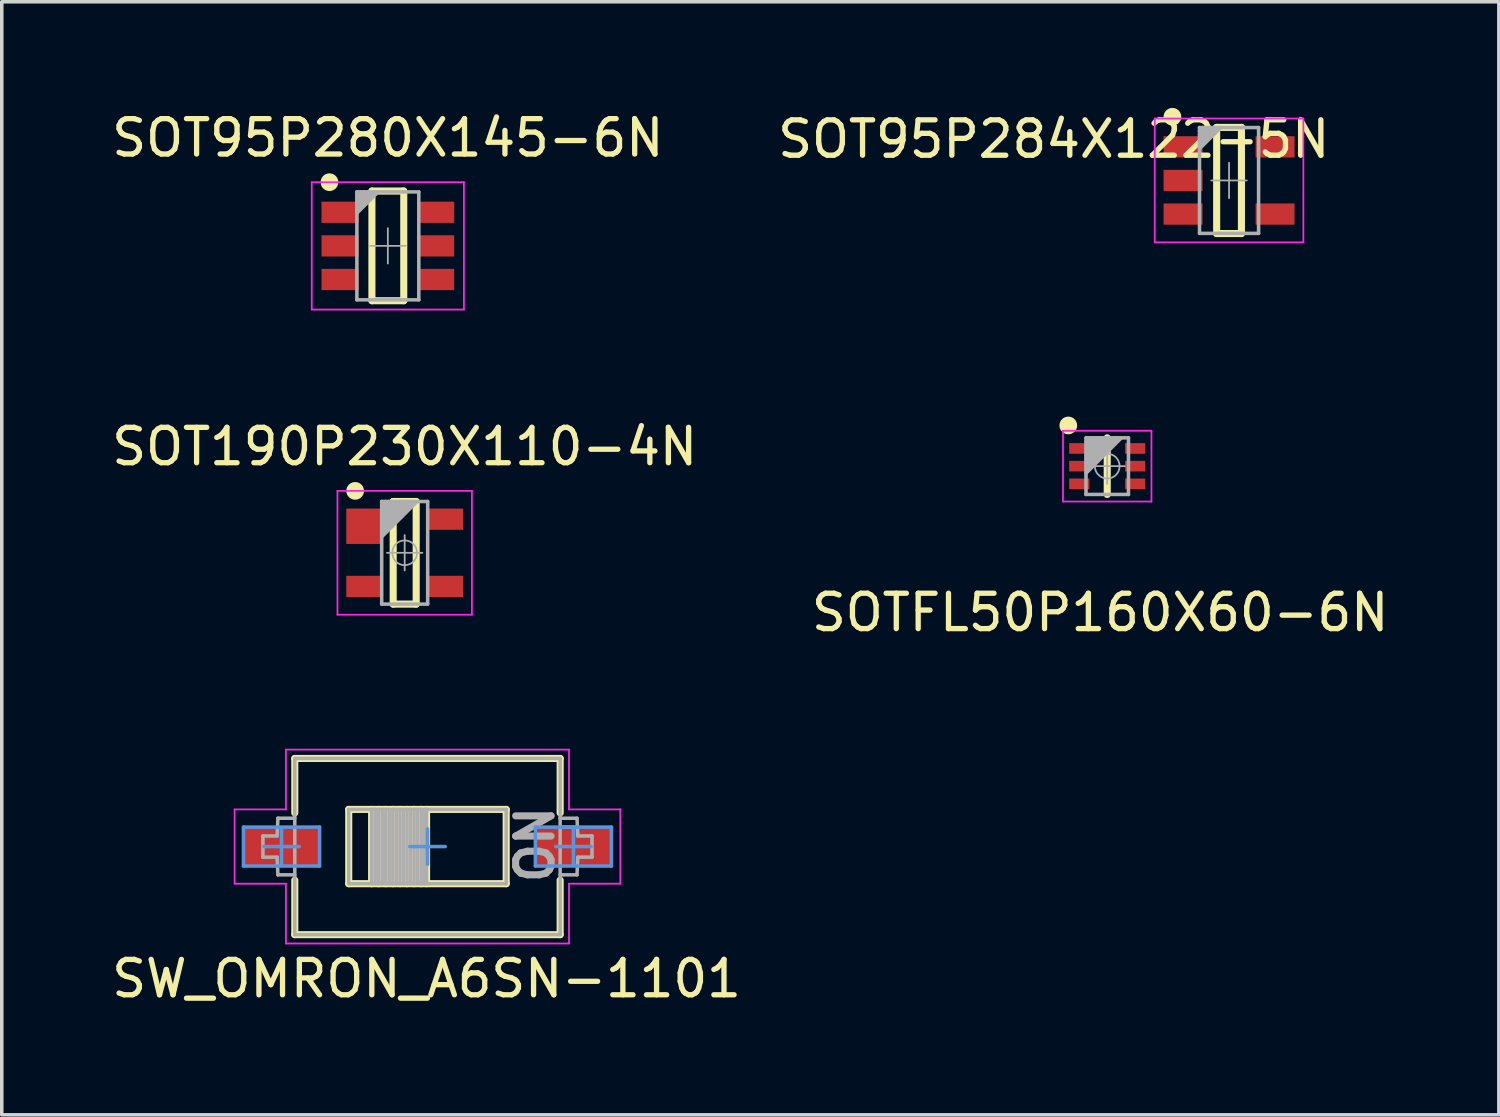
<source format=kicad_pcb>
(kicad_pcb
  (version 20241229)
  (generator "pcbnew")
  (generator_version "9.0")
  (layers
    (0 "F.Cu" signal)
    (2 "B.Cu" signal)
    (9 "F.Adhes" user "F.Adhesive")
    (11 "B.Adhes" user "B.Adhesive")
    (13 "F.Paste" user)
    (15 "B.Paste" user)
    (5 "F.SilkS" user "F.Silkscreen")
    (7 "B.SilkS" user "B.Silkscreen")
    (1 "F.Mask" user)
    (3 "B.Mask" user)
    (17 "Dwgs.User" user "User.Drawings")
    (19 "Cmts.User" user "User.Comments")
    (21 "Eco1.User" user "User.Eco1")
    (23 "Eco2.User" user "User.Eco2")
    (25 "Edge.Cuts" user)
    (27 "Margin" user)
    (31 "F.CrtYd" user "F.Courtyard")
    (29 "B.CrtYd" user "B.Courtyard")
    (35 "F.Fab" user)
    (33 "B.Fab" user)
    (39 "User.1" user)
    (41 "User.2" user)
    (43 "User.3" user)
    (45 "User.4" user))
  (footprint "SW_OMRON_A6SN-1101"
    (layer "F.Cu")
    (at 9.031 20.875)
    (property "Reference" "SW_OMRON_A6SN-1101" (at -0.025 3.734 0) (layer "F.SilkS") (effects (font (size 1 1) (thickness 0.15))))
    (attr smd)
    (fp_line (start -3.75 -2.49) (end 3.75 -2.49) (stroke (width 0.2) (type solid)) (layer "F.SilkS"))
    (fp_line (start -3.75 -0.95) (end -3.75 -2.49) (stroke (width 0.2) (type solid)) (layer "F.SilkS"))
    (fp_line (start -3.75 2.49) (end -3.75 0.95) (stroke (width 0.2) (type solid)) (layer "F.SilkS"))
    (fp_line (start -3.75 2.49) (end 3.75 2.49) (stroke (width 0.2) (type solid)) (layer "F.SilkS"))
    (fp_line (start -2.225 -1.05) (end 2.225 -1.05) (stroke (width 0.2) (type solid)) (layer "F.SilkS"))
    (fp_line (start -2.225 1.05) (end -2.225 -1.05) (stroke (width 0.2) (type solid)) (layer "F.SilkS"))
    (fp_line (start -2.225 1.05) (end 2.225 1.05) (stroke (width 0.2) (type solid)) (layer "F.SilkS"))
    (fp_line (start -1.578 1.05) (end -1.578 -1.05) (stroke (width 0.2) (type solid)) (layer "F.SilkS"))
    (fp_line (start -1.378 1.05) (end -1.378 -1.05) (stroke (width 0.2) (type solid)) (layer "F.SilkS"))
    (fp_line (start -1.178 1.05) (end -1.178 -1.05) (stroke (width 0.2) (type solid)) (layer "F.SilkS"))
    (fp_line (start -0.978 1.05) (end -0.978 -1.05) (stroke (width 0.2) (type solid)) (layer "F.SilkS"))
    (fp_line (start -0.778 1.05) (end -0.778 -1.05) (stroke (width 0.2) (type solid)) (layer "F.SilkS"))
    (fp_line (start -0.578 1.05) (end -0.578 -1.05) (stroke (width 0.2) (type solid)) (layer "F.SilkS"))
    (fp_line (start -0.378 1.05) (end -0.378 -1.05) (stroke (width 0.2) (type solid)) (layer "F.SilkS"))
    (fp_line (start -0.178 1.05) (end -0.178 -1.05) (stroke (width 0.2) (type solid)) (layer "F.SilkS"))
    (fp_line (start -0.025 1.05) (end -0.025 -1.05) (stroke (width 0.2) (type solid)) (layer "F.SilkS"))
    (fp_line (start 2.225 1.05) (end 2.225 -1.05) (stroke (width 0.2) (type solid)) (layer "F.SilkS"))
    (fp_line (start 3.75 -0.95) (end 3.75 -2.49) (stroke (width 0.2) (type solid)) (layer "F.SilkS"))
    (fp_line (start 3.75 2.49) (end 3.75 0.95) (stroke (width 0.2) (type solid)) (layer "F.SilkS"))
    (fp_line (start -5.2 -0.55) (end -3.05 -0.55) (stroke (width 0.1) (type solid)) (layer "Cmts.User"))
    (fp_line (start -5.2 0.55) (end -5.2 -0.55) (stroke (width 0.1) (type solid)) (layer "Cmts.User"))
    (fp_line (start -5.2 0.55) (end -3.05 0.55) (stroke (width 0.1) (type solid)) (layer "Cmts.User"))
    (fp_line (start -4.625 0) (end -4.125 0) (stroke (width 0.1) (type solid)) (layer "Cmts.User"))
    (fp_line (start -4.125 -0.5) (end -4.125 0) (stroke (width 0.1) (type solid)) (layer "Cmts.User"))
    (fp_line (start -4.125 0) (end -3.625 0) (stroke (width 0.1) (type solid)) (layer "Cmts.User"))
    (fp_line (start -4.125 0.5) (end -4.125 0) (stroke (width 0.1) (type solid)) (layer "Cmts.User"))
    (fp_line (start -3.05 0.55) (end -3.05 -0.55) (stroke (width 0.1) (type solid)) (layer "Cmts.User"))
    (fp_line (start -0.5 0) (end 0 0) (stroke (width 0.1) (type solid)) (layer "Cmts.User"))
    (fp_line (start 0 0) (end 0 -0.5) (stroke (width 0.1) (type solid)) (layer "Cmts.User"))
    (fp_line (start 0 0) (end 0.5 0) (stroke (width 0.1) (type solid)) (layer "Cmts.User"))
    (fp_line (start 0 0.5) (end 0 0) (stroke (width 0.1) (type solid)) (layer "Cmts.User"))
    (fp_line (start 3.05 -0.55) (end 5.2 -0.55) (stroke (width 0.1) (type solid)) (layer "Cmts.User"))
    (fp_line (start 3.05 0.55) (end 3.05 -0.55) (stroke (width 0.1) (type solid)) (layer "Cmts.User"))
    (fp_line (start 3.05 0.55) (end 5.2 0.55) (stroke (width 0.1) (type solid)) (layer "Cmts.User"))
    (fp_line (start 3.625 0) (end 4.125 0) (stroke (width 0.1) (type solid)) (layer "Cmts.User"))
    (fp_line (start 4.125 0) (end 4.125 -0.5) (stroke (width 0.1) (type solid)) (layer "Cmts.User"))
    (fp_line (start 4.125 0) (end 4.125 0.5) (stroke (width 0.1) (type solid)) (layer "Cmts.User"))
    (fp_line (start 4.125 0) (end 4.625 0) (stroke (width 0.1) (type solid)) (layer "Cmts.User"))
    (fp_line (start 5.2 0.55) (end 5.2 -0.55) (stroke (width 0.1) (type solid)) (layer "Cmts.User"))
    (fp_line (start -5.45 -1.05) (end -4 -1.05) (stroke (width 0.05) (type solid)) (layer "F.CrtYd"))
    (fp_line (start -5.45 1.05) (end -5.45 -1.05) (stroke (width 0.05) (type solid)) (layer "F.CrtYd"))
    (fp_line (start -5.45 1.05) (end -4 1.05) (stroke (width 0.05) (type solid)) (layer "F.CrtYd"))
    (fp_line (start -4 -2.74) (end 4 -2.74) (stroke (width 0.05) (type solid)) (layer "F.CrtYd"))
    (fp_line (start -4 -1.05) (end -4 -2.74) (stroke (width 0.05) (type solid)) (layer "F.CrtYd"))
    (fp_line (start -4 1.05) (end -4 2.74) (stroke (width 0.05) (type solid)) (layer "F.CrtYd"))
    (fp_line (start -4 2.74) (end 4 2.74) (stroke (width 0.05) (type solid)) (layer "F.CrtYd"))
    (fp_line (start 4 -1.05) (end 4 -2.74) (stroke (width 0.05) (type solid)) (layer "F.CrtYd"))
    (fp_line (start 4 -1.05) (end 5.45 -1.05) (stroke (width 0.05) (type solid)) (layer "F.CrtYd"))
    (fp_line (start 4 1.05) (end 5.45 1.05) (stroke (width 0.05) (type solid)) (layer "F.CrtYd"))
    (fp_line (start 4 2.74) (end 4 1.05) (stroke (width 0.05) (type solid)) (layer "F.CrtYd"))
    (fp_line (start 5.45 1.05) (end 5.45 -1.05) (stroke (width 0.05) (type solid)) (layer "F.CrtYd"))
    (fp_line (start -4.65 -0.3) (end -4.25 -0.3) (stroke (width 0.1) (type solid)) (layer "F.Fab"))
    (fp_line (start -4.65 0.3) (end -4.65 -0.3) (stroke (width 0.1) (type solid)) (layer "F.Fab"))
    (fp_line (start -4.65 0.3) (end -4.25 0.3) (stroke (width 0.1) (type solid)) (layer "F.Fab"))
    (fp_line (start -4.25 -0.3) (end -4.226 -0.8) (stroke (width 0.1) (type solid)) (layer "F.Fab"))
    (fp_line (start -4.25 0.3) (end -4.226 0.8) (stroke (width 0.1) (type solid)) (layer "F.Fab"))
    (fp_line (start -4.226 -0.8) (end -3.75 -0.8) (stroke (width 0.1) (type solid)) (layer "F.Fab"))
    (fp_line (start -4.226 0.8) (end -3.75 0.8) (stroke (width 0.1) (type solid)) (layer "F.Fab"))
    (fp_line (start -3.75 -2.49) (end 3.75 -2.49) (stroke (width 0.1) (type solid)) (layer "F.Fab"))
    (fp_line (start -3.75 2.49) (end -3.75 -2.49) (stroke (width 0.1) (type solid)) (layer "F.Fab"))
    (fp_line (start -3.75 2.49) (end 3.75 2.49) (stroke (width 0.1) (type solid)) (layer "F.Fab"))
    (fp_line (start -2.225 -1.05) (end 2.225 -1.05) (stroke (width 0.1) (type solid)) (layer "F.Fab"))
    (fp_line (start -2.225 1.05) (end -2.225 -1.05) (stroke (width 0.1) (type solid)) (layer "F.Fab"))
    (fp_line (start -2.225 1.05) (end 2.225 1.05) (stroke (width 0.1) (type solid)) (layer "F.Fab"))
    (fp_line (start -1.578 1.05) (end -1.578 -1.05) (stroke (width 0.1) (type solid)) (layer "F.Fab"))
    (fp_line (start -1.478 1.05) (end -1.478 -1.05) (stroke (width 0.1) (type solid)) (layer "F.Fab"))
    (fp_line (start -1.378 1.05) (end -1.378 -1.05) (stroke (width 0.1) (type solid)) (layer "F.Fab"))
    (fp_line (start -1.278 1.05) (end -1.278 -1.05) (stroke (width 0.1) (type solid)) (layer "F.Fab"))
    (fp_line (start -1.178 1.05) (end -1.178 -1.05) (stroke (width 0.1) (type solid)) (layer "F.Fab"))
    (fp_line (start -1.078 1.05) (end -1.078 -1.05) (stroke (width 0.1) (type solid)) (layer "F.Fab"))
    (fp_line (start -0.978 1.05) (end -0.978 -1.05) (stroke (width 0.1) (type solid)) (layer "F.Fab"))
    (fp_line (start -0.878 1.05) (end -0.878 -1.05) (stroke (width 0.1) (type solid)) (layer "F.Fab"))
    (fp_line (start -0.778 1.05) (end -0.778 -1.05) (stroke (width 0.1) (type solid)) (layer "F.Fab"))
    (fp_line (start -0.678 1.05) (end -0.678 -1.05) (stroke (width 0.1) (type solid)) (layer "F.Fab"))
    (fp_line (start -0.578 1.05) (end -0.578 -1.05) (stroke (width 0.1) (type solid)) (layer "F.Fab"))
    (fp_line (start -0.478 1.05) (end -0.478 -1.05) (stroke (width 0.1) (type solid)) (layer "F.Fab"))
    (fp_line (start -0.378 -1.05) (end -0.378 1.05) (stroke (width 0.1) (type solid)) (layer "F.Fab"))
    (fp_line (start -0.278 1.05) (end -0.278 -1.05) (stroke (width 0.1) (type solid)) (layer "F.Fab"))
    (fp_line (start -0.178 1.05) (end -0.178 -1.05) (stroke (width 0.1) (type solid)) (layer "F.Fab"))
    (fp_line (start -0.078 1.05) (end -0.078 -1.05) (stroke (width 0.1) (type solid)) (layer "F.Fab"))
    (fp_line (start -0.025 1.05) (end -0.025 -1.05) (stroke (width 0.1) (type solid)) (layer "F.Fab"))
    (fp_line (start 2.225 1.05) (end 2.225 -1.05) (stroke (width 0.1) (type solid)) (layer "F.Fab"))
    (fp_line (start 3.75 -0.8) (end 4.226 -0.8) (stroke (width 0.1) (type solid)) (layer "F.Fab"))
    (fp_line (start 3.75 -0.55) (end 4.226 -0.55) (stroke (width 0.1) (type solid)) (layer "F.Fab"))
    (fp_line (start 3.75 0.8) (end 4.226 0.8) (stroke (width 0.1) (type solid)) (layer "F.Fab"))
    (fp_line (start 3.75 2.49) (end 3.75 -2.49) (stroke (width 0.1) (type solid)) (layer "F.Fab"))
    (fp_line (start 4.226 -0.8) (end 4.25 -0.3) (stroke (width 0.1) (type solid)) (layer "F.Fab"))
    (fp_line (start 4.226 0.8) (end 4.25 0.3) (stroke (width 0.1) (type solid)) (layer "F.Fab"))
    (fp_line (start 4.25 -0.3) (end 4.65 -0.3) (stroke (width 0.1) (type solid)) (layer "F.Fab"))
    (fp_line (start 4.25 0.3) (end 4.65 0.3) (stroke (width 0.1) (type solid)) (layer "F.Fab"))
    (fp_line (start 4.65 0.3) (end 4.65 -0.3) (stroke (width 0.1) (type solid)) (layer "F.Fab"))
    (fp_text user "ON" (at 3.04 -0.058 270) (layer "F.Fab") (effects (font (size 1 1) (thickness 0.2))))
    (pad "1" smd rect (at -4.125 0) (size 2.15 1.1) (layers "F.Cu" "F.Mask" "F.Paste"))
    (pad "2" smd rect (at 4.125 0) (size 2.15 1.1) (layers "F.Cu" "F.Mask" "F.Paste")))
  (footprint "SOT95P284X122-5N"
    (layer "F.Cu")
    (at 31.685 2.05)
    (property "Reference" "SOT95P284X122-5N" (at -4.953 -1.168 0) (layer "F.SilkS") (effects (font (size 1 1) (thickness 0.15))))
    (attr smd)
    (fp_line (start -0.35 -1.5) (end 0.35 -1.5) (stroke (width 0.2) (type solid)) (layer "F.SilkS"))
    (fp_line (start -0.35 1.5) (end -0.35 -1.5) (stroke (width 0.2) (type solid)) (layer "F.SilkS"))
    (fp_line (start -0.35 1.5) (end 0.35 1.5) (stroke (width 0.2) (type solid)) (layer "F.SilkS"))
    (fp_line (start 0.35 1.5) (end 0.35 -1.5) (stroke (width 0.2) (type solid)) (layer "F.SilkS"))
    (fp_circle (center -1.6 -1.8) (end -1.475 -1.8) (stroke (width 0.25) (type solid)) (fill no) (layer "F.SilkS"))
    (fp_line (start -2.1 -1.75) (end 2.1 -1.75) (stroke (width 0.05) (type solid)) (layer "F.CrtYd"))
    (fp_line (start -2.1 1.75) (end -2.1 -1.75) (stroke (width 0.05) (type solid)) (layer "F.CrtYd"))
    (fp_line (start -2.1 1.75) (end 2.1 1.75) (stroke (width 0.05) (type solid)) (layer "F.CrtYd"))
    (fp_line (start 2.1 1.75) (end 2.1 -1.75) (stroke (width 0.05) (type solid)) (layer "F.CrtYd"))
    (fp_line (start -0.835 -1.495) (end 0.835 -1.495) (stroke (width 0.1) (type solid)) (layer "F.Fab"))
    (fp_line (start -0.835 -1.395) (end -0.735 -1.495) (stroke (width 0.1) (type solid)) (layer "F.Fab"))
    (fp_line (start -0.835 -1.295) (end -0.635 -1.495) (stroke (width 0.1) (type solid)) (layer "F.Fab"))
    (fp_line (start -0.835 -1.195) (end -0.535 -1.495) (stroke (width 0.1) (type solid)) (layer "F.Fab"))
    (fp_line (start -0.835 -1.095) (end -0.435 -1.495) (stroke (width 0.1) (type solid)) (layer "F.Fab"))
    (fp_line (start -0.835 -0.995) (end -0.335 -1.495) (stroke (width 0.1) (type solid)) (layer "F.Fab"))
    (fp_line (start -0.835 -0.895) (end -0.235 -1.495) (stroke (width 0.1) (type solid)) (layer "F.Fab"))
    (fp_line (start -0.835 1.495) (end -0.835 -1.495) (stroke (width 0.1) (type solid)) (layer "F.Fab"))
    (fp_line (start -0.835 1.495) (end 0.835 1.495) (stroke (width 0.1) (type solid)) (layer "F.Fab"))
    (fp_line (start -0.5 0) (end 0.5 0) (stroke (width 0.05) (type solid)) (layer "F.Fab"))
    (fp_line (start 0 0.5) (end 0 -0.5) (stroke (width 0.05) (type solid)) (layer "F.Fab"))
    (fp_line (start 0.835 1.495) (end 0.835 -1.495) (stroke (width 0.1) (type solid)) (layer "F.Fab"))
    (pad "1" smd rect (at -1.3 -0.95) (size 1.1 0.6) (layers "F.Cu" "F.Mask" "F.Paste"))
    (pad "2" smd rect (at -1.3 0) (size 1.1 0.6) (layers "F.Cu" "F.Mask" "F.Paste"))
    (pad "3" smd rect (at -1.3 0.95) (size 1.1 0.6) (layers "F.Cu" "F.Mask" "F.Paste"))
    (pad "4" smd rect (at 1.3 0.95) (size 1.1 0.6) (layers "F.Cu" "F.Mask" "F.Paste"))
    (pad "5" smd rect (at 1.3 -0.95) (size 1.1 0.6) (layers "F.Cu" "F.Mask" "F.Paste")))
  (footprint "SOT95P280X145-6N"
    (layer "F.Cu")
    (at 7.911 3.899)
    (property "Reference" "SOT95P280X145-6N" (at 0 -3.051 0) (layer "F.SilkS") (effects (font (size 1 1) (thickness 0.15))))
    (attr smd)
    (fp_line (start -0.45 -1.55) (end 0.45 -1.55) (stroke (width 0.2) (type solid)) (layer "F.SilkS"))
    (fp_line (start -0.45 1.55) (end -0.45 -1.55) (stroke (width 0.2) (type solid)) (layer "F.SilkS"))
    (fp_line (start -0.45 1.55) (end 0.45 1.55) (stroke (width 0.2) (type solid)) (layer "F.SilkS"))
    (fp_line (start 0.45 1.55) (end 0.45 -1.55) (stroke (width 0.2) (type solid)) (layer "F.SilkS"))
    (fp_circle (center -1.65 -1.8) (end -1.525 -1.8) (stroke (width 0.25) (type solid)) (fill no) (layer "F.SilkS"))
    (fp_line (start -2.15 -1.8) (end 2.15 -1.8) (stroke (width 0.05) (type solid)) (layer "F.CrtYd"))
    (fp_line (start -2.15 1.8) (end -2.15 -1.8) (stroke (width 0.05) (type solid)) (layer "F.CrtYd"))
    (fp_line (start -2.15 1.8) (end 2.15 1.8) (stroke (width 0.05) (type solid)) (layer "F.CrtYd"))
    (fp_line (start 2.15 1.8) (end 2.15 -1.8) (stroke (width 0.05) (type solid)) (layer "F.CrtYd"))
    (fp_line (start -0.875 -1.525) (end 0.875 -1.525) (stroke (width 0.1) (type solid)) (layer "F.Fab"))
    (fp_line (start -0.875 -1.425) (end -0.775 -1.525) (stroke (width 0.1) (type solid)) (layer "F.Fab"))
    (fp_line (start -0.875 -1.325) (end -0.675 -1.525) (stroke (width 0.1) (type solid)) (layer "F.Fab"))
    (fp_line (start -0.875 -1.225) (end -0.575 -1.525) (stroke (width 0.1) (type solid)) (layer "F.Fab"))
    (fp_line (start -0.875 -1.125) (end -0.475 -1.525) (stroke (width 0.1) (type solid)) (layer "F.Fab"))
    (fp_line (start -0.875 -1.025) (end -0.375 -1.525) (stroke (width 0.1) (type solid)) (layer "F.Fab"))
    (fp_line (start -0.875 -0.925) (end -0.275 -1.525) (stroke (width 0.1) (type solid)) (layer "F.Fab"))
    (fp_line (start -0.875 1.525) (end -0.875 -1.525) (stroke (width 0.1) (type solid)) (layer "F.Fab"))
    (fp_line (start -0.875 1.525) (end 0.875 1.525) (stroke (width 0.1) (type solid)) (layer "F.Fab"))
    (fp_line (start -0.5 0) (end 0.5 0) (stroke (width 0.05) (type solid)) (layer "F.Fab"))
    (fp_line (start 0 0.5) (end 0 -0.5) (stroke (width 0.05) (type solid)) (layer "F.Fab"))
    (fp_line (start 0.875 1.525) (end 0.875 -1.525) (stroke (width 0.1) (type solid)) (layer "F.Fab"))
    (pad "1" smd rect (at -1.35 -0.95 90) (size 0.6 1.05) (layers "F.Cu" "F.Mask" "F.Paste"))
    (pad "2" smd rect (at -1.35 0 90) (size 0.6 1.05) (layers "F.Cu" "F.Mask" "F.Paste"))
    (pad "3" smd rect (at -1.35 0.95 90) (size 0.6 1.05) (layers "F.Cu" "F.Mask" "F.Paste"))
    (pad "4" smd rect (at 1.35 0.95 90) (size 0.6 1.05) (layers "F.Cu" "F.Mask" "F.Paste"))
    (pad "5" smd rect (at 1.35 0 90) (size 0.6 1.05) (layers "F.Cu" "F.Mask" "F.Paste"))
    (pad "6" smd rect (at 1.35 -0.95 90) (size 0.6 1.05) (layers "F.Cu" "F.Mask" "F.Paste")))
  (footprint "SOT190P230X110-4N"
    (layer "F.Cu")
    (at 8.387 12.573)
    (property "Reference" "SOT190P230X110-4N" (at 0 -3.001 0) (layer "F.SilkS") (effects (font (size 1 1) (thickness 0.15))))
    (attr smd)
    (fp_line (start -0.325 -1.45) (end 0.325 -1.45) (stroke (width 0.2) (type solid)) (layer "F.SilkS"))
    (fp_line (start -0.325 1.45) (end -0.325 -1.45) (stroke (width 0.2) (type solid)) (layer "F.SilkS"))
    (fp_line (start -0.325 1.45) (end 0.325 1.45) (stroke (width 0.2) (type solid)) (layer "F.SilkS"))
    (fp_line (start 0.325 1.45) (end 0.325 -1.45) (stroke (width 0.2) (type solid)) (layer "F.SilkS"))
    (fp_circle (center -1.4 -1.75) (end -1.275 -1.75) (stroke (width 0.25) (type solid)) (fill no) (layer "F.SilkS"))
    (fp_line (start -1.9 -1.75) (end 1.9 -1.75) (stroke (width 0.05) (type solid)) (layer "F.CrtYd"))
    (fp_line (start -1.9 1.75) (end -1.9 -1.75) (stroke (width 0.05) (type solid)) (layer "F.CrtYd"))
    (fp_line (start -1.9 1.75) (end 1.9 1.75) (stroke (width 0.05) (type solid)) (layer "F.CrtYd"))
    (fp_line (start 1.9 1.75) (end 1.9 -1.75) (stroke (width 0.05) (type solid)) (layer "F.CrtYd"))
    (fp_line (start -0.65 -1.45) (end 0.65 -1.45) (stroke (width 0.1) (type solid)) (layer "F.Fab"))
    (fp_line (start -0.65 -1.35) (end -0.55 -1.45) (stroke (width 0.1) (type solid)) (layer "F.Fab"))
    (fp_line (start -0.65 -1.25) (end -0.45 -1.45) (stroke (width 0.1) (type solid)) (layer "F.Fab"))
    (fp_line (start -0.65 -1.15) (end -0.35 -1.45) (stroke (width 0.1) (type solid)) (layer "F.Fab"))
    (fp_line (start -0.65 -1.05) (end -0.25 -1.45) (stroke (width 0.1) (type solid)) (layer "F.Fab"))
    (fp_line (start -0.65 -0.95) (end -0.15 -1.45) (stroke (width 0.1) (type solid)) (layer "F.Fab"))
    (fp_line (start -0.65 -0.85) (end -0.05 -1.45) (stroke (width 0.1) (type solid)) (layer "F.Fab"))
    (fp_line (start -0.65 -0.75) (end 0.05 -1.45) (stroke (width 0.1) (type solid)) (layer "F.Fab"))
    (fp_line (start -0.65 -0.65) (end 0.15 -1.45) (stroke (width 0.1) (type solid)) (layer "F.Fab"))
    (fp_line (start -0.65 -0.55) (end 0.25 -1.45) (stroke (width 0.1) (type solid)) (layer "F.Fab"))
    (fp_line (start -0.65 -0.45) (end 0.35 -1.45) (stroke (width 0.1) (type solid)) (layer "F.Fab"))
    (fp_line (start -0.65 1.45) (end -0.65 -1.45) (stroke (width 0.1) (type solid)) (layer "F.Fab"))
    (fp_line (start -0.65 1.45) (end 0.65 1.45) (stroke (width 0.1) (type solid)) (layer "F.Fab"))
    (fp_line (start -0.5 0) (end 0.5 0) (stroke (width 0.05) (type solid)) (layer "F.Fab"))
    (fp_line (start 0 0.5) (end 0 -0.5) (stroke (width 0.05) (type solid)) (layer "F.Fab"))
    (fp_line (start 0.65 1.45) (end 0.65 -1.45) (stroke (width 0.1) (type solid)) (layer "F.Fab"))
    (fp_circle (center 0 0) (end 0.35 0) (stroke (width 0.05) (type solid)) (fill no) (layer "F.Fab"))
    (pad "1" smd rect (at -1.15 -0.75 90) (size 1 1) (layers "F.Cu" "F.Mask" "F.Paste"))
    (pad "2" smd rect (at -1.15 0.95) (size 1 0.6) (layers "F.Cu" "F.Mask" "F.Paste"))
    (pad "3" smd rect (at 1.15 0.95) (size 1 0.6) (layers "F.Cu" "F.Mask" "F.Paste"))
    (pad "4" smd rect (at 1.15 -0.95) (size 1 0.6) (layers "F.Cu" "F.Mask" "F.Paste")))
  (footprint "SOTFL50P160X60-6N"
    (layer "F.Cu")
    (at 28.242 10.124)
    (property "Reference" "SOTFL50P160X60-6N" (at -0.2 4.137 0) (layer "F.SilkS") (effects (font (size 1 1) (thickness 0.15))))
    (attr smd)
    (fp_line (start 0 0.8) (end 0 -0.8) (stroke (width 0.2) (type solid)) (layer "F.SilkS"))
    (fp_circle (center -1.1 -1.15) (end -0.975 -1.15) (stroke (width 0.25) (type solid)) (fill no) (layer "F.SilkS"))
    (fp_line (start -1.25 -1) (end 1.25 -1) (stroke (width 0.05) (type solid)) (layer "F.CrtYd"))
    (fp_line (start -1.25 1) (end -1.25 -1) (stroke (width 0.05) (type solid)) (layer "F.CrtYd"))
    (fp_line (start -1.25 1) (end 1.25 1) (stroke (width 0.05) (type solid)) (layer "F.CrtYd"))
    (fp_line (start 1.25 1) (end 1.25 -1) (stroke (width 0.05) (type solid)) (layer "F.CrtYd"))
    (fp_line (start -0.6 -0.8) (end 0.6 -0.8) (stroke (width 0.1) (type solid)) (layer "F.Fab"))
    (fp_line (start -0.6 -0.7) (end -0.5 -0.8) (stroke (width 0.1) (type solid)) (layer "F.Fab"))
    (fp_line (start -0.6 -0.6) (end -0.4 -0.8) (stroke (width 0.1) (type solid)) (layer "F.Fab"))
    (fp_line (start -0.6 -0.5) (end -0.3 -0.8) (stroke (width 0.1) (type solid)) (layer "F.Fab"))
    (fp_line (start -0.6 -0.4) (end -0.2 -0.8) (stroke (width 0.1) (type solid)) (layer "F.Fab"))
    (fp_line (start -0.6 -0.3) (end -0.1 -0.8) (stroke (width 0.1) (type solid)) (layer "F.Fab"))
    (fp_line (start -0.6 -0.2) (end 0 -0.8) (stroke (width 0.1) (type solid)) (layer "F.Fab"))
    (fp_line (start -0.6 -0.1) (end 0.1 -0.8) (stroke (width 0.1) (type solid)) (layer "F.Fab"))
    (fp_line (start -0.6 0) (end 0.2 -0.8) (stroke (width 0.1) (type solid)) (layer "F.Fab"))
    (fp_line (start -0.6 0.1) (end 0.3 -0.8) (stroke (width 0.1) (type solid)) (layer "F.Fab"))
    (fp_line (start -0.6 0.2) (end 0.4 -0.8) (stroke (width 0.1) (type solid)) (layer "F.Fab"))
    (fp_line (start -0.6 0.8) (end -0.6 -0.8) (stroke (width 0.1) (type solid)) (layer "F.Fab"))
    (fp_line (start -0.6 0.8) (end 0.6 0.8) (stroke (width 0.1) (type solid)) (layer "F.Fab"))
    (fp_line (start -0.5 0) (end 0.5 0) (stroke (width 0.05) (type solid)) (layer "F.Fab"))
    (fp_line (start 0 0.5) (end 0 -0.5) (stroke (width 0.05) (type solid)) (layer "F.Fab"))
    (fp_line (start 0.6 0.8) (end 0.6 -0.8) (stroke (width 0.1) (type solid)) (layer "F.Fab"))
    (fp_circle (center 0 0) (end 0.35 0) (stroke (width 0.05) (type solid)) (fill no) (layer "F.Fab"))
    (pad "1" smd rect (at -0.79 -0.5) (size 0.57 0.3) (layers "F.Cu" "F.Mask" "F.Paste"))
    (pad "2" smd rect (at -0.79 0) (size 0.57 0.3) (layers "F.Cu" "F.Mask" "F.Paste"))
    (pad "3" smd rect (at -0.79 0.5) (size 0.57 0.3) (layers "F.Cu" "F.Mask" "F.Paste"))
    (pad "4" smd rect (at 0.79 0.5) (size 0.57 0.3) (layers "F.Cu" "F.Mask" "F.Paste"))
    (pad "5" smd rect (at 0.79 0) (size 0.57 0.3) (layers "F.Cu" "F.Mask" "F.Paste"))
    (pad "6" smd rect (at 0.79 -0.5) (size 0.57 0.3) (layers "F.Cu" "F.Mask" "F.Paste")))
  (gr_rect
    (start -3 -3)
    (end 39.31 28.457)
    (stroke (width 0.1) (type default))
    (fill no)
    (layer "Edge.Cuts")))
</source>
